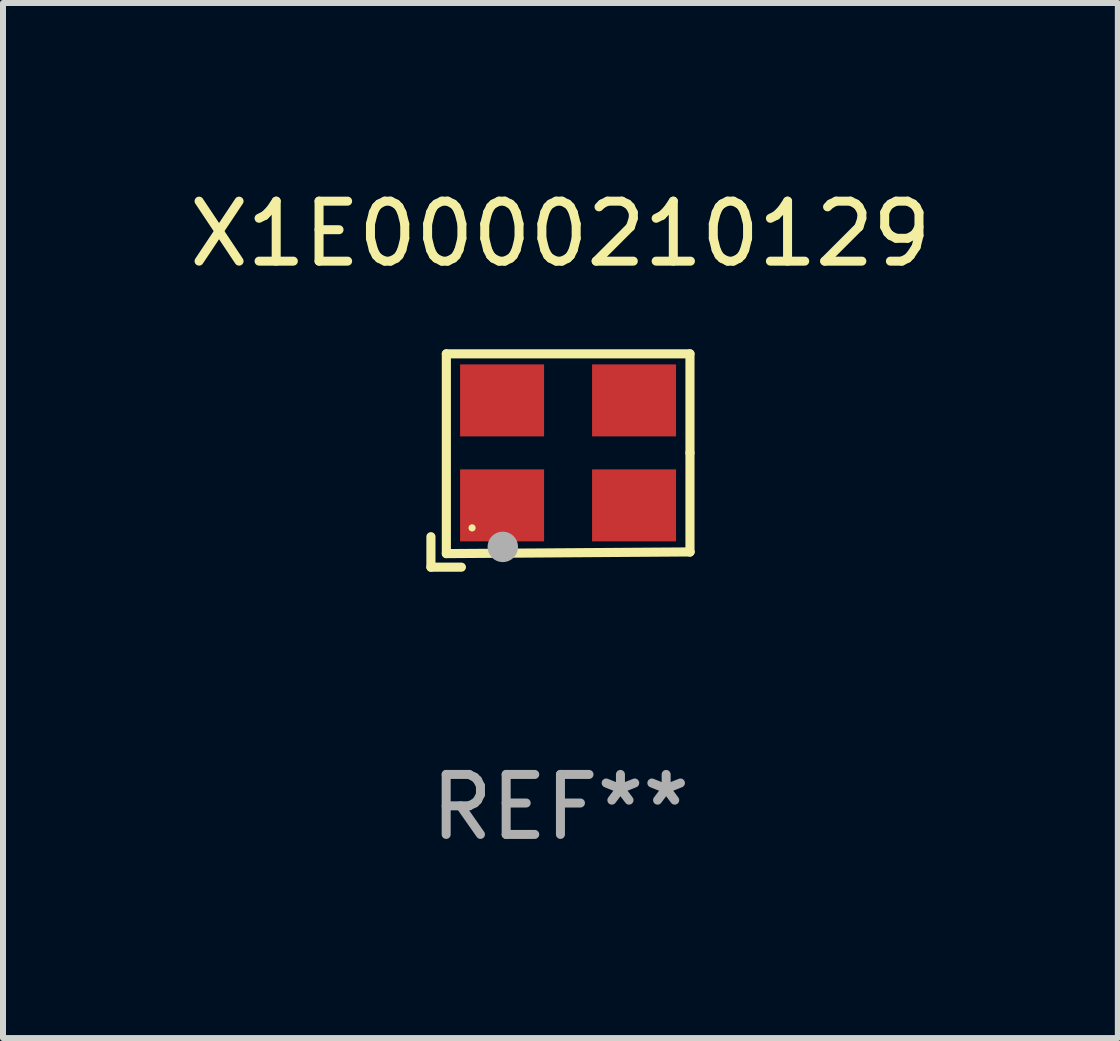
<source format=kicad_pcb>
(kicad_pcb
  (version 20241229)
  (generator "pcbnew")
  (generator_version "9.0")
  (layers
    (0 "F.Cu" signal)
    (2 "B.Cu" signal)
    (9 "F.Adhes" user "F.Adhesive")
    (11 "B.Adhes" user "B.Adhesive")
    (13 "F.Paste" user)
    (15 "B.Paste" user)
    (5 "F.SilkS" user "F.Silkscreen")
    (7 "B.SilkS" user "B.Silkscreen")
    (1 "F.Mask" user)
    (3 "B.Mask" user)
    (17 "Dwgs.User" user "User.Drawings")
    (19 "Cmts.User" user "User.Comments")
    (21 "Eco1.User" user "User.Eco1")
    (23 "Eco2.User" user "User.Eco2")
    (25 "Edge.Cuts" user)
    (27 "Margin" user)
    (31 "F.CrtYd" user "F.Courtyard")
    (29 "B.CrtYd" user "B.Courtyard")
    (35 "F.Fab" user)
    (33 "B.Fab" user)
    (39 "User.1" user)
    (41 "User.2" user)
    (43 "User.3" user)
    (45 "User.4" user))
  (footprint "X1E0000210129"
    (layer "F.Cu")
    (at 6.292 4.626)
    (property "Reference" "X1E0000210129" (at 0 -3.778 0) (layer "F.SilkS") (effects (font (size 1 1) (thickness 0.15))))
    (attr through_hole)
    (fp_line (start -2.159 1.27) (end -2.159 1.778) (stroke (width 0.152) (type solid)) (layer "F.SilkS"))
    (fp_line (start -2.159 1.778) (end -1.651 1.778) (stroke (width 0.152) (type solid)) (layer "F.SilkS"))
    (fp_line (start -1.902 -1.778) (end 2.159 -1.778) (stroke (width 0.152) (type solid)) (layer "F.SilkS"))
    (fp_line (start -1.902 1.552) (end -1.902 -1.778) (stroke (width 0.152) (type solid)) (layer "F.SilkS"))
    (fp_line (start 2.159 -1.778) (end 2.159 -0.127) (stroke (width 0.152) (type solid)) (layer "F.SilkS"))
    (fp_line (start 2.159 -0.127) (end 2.159 1.524) (stroke (width 0.152) (type solid)) (layer "F.SilkS"))
    (fp_line (start 2.159 1.524) (end -1.902 1.552) (stroke (width 0.152) (type solid)) (layer "F.SilkS"))
    (fp_line (start 2.159 1.524) (end 2.159 1.524) (stroke (width 0.152) (type solid)) (layer "F.SilkS"))
    (fp_circle (center -1.473 1.123) (end -1.443 1.123) (stroke (width 0.06) (type solid)) (fill no) (layer "F.SilkS"))
    (fp_circle (center -0.961 1.44) (end -0.834 1.44) (stroke (width 0.254) (type solid)) (fill no) (layer "F.Fab"))
    (fp_text user "REF**" (at 0 5.778 0) (layer "F.Fab") (effects (font (size 1 1) (thickness 0.15))))
    (pad "1" smd rect (at -0.973 0.748) (size 1.4 1.2) (layers "F.Cu" "F.Mask" "F.Paste"))
    (pad "2" smd rect (at 1.227 0.748) (size 1.4 1.2) (layers "F.Cu" "F.Mask" "F.Paste"))
    (pad "3" smd rect (at 1.227 -1.002) (size 1.4 1.2) (layers "F.Cu" "F.Mask" "F.Paste"))
    (pad "4" smd rect (at -0.973 -1.002) (size 1.4 1.2) (layers "F.Cu" "F.Mask" "F.Paste")))
  (gr_rect
    (start -3 -3)
    (end 15.583 14.253)
    (stroke (width 0.1) (type default))
    (fill no)
    (layer "Edge.Cuts")))
</source>
